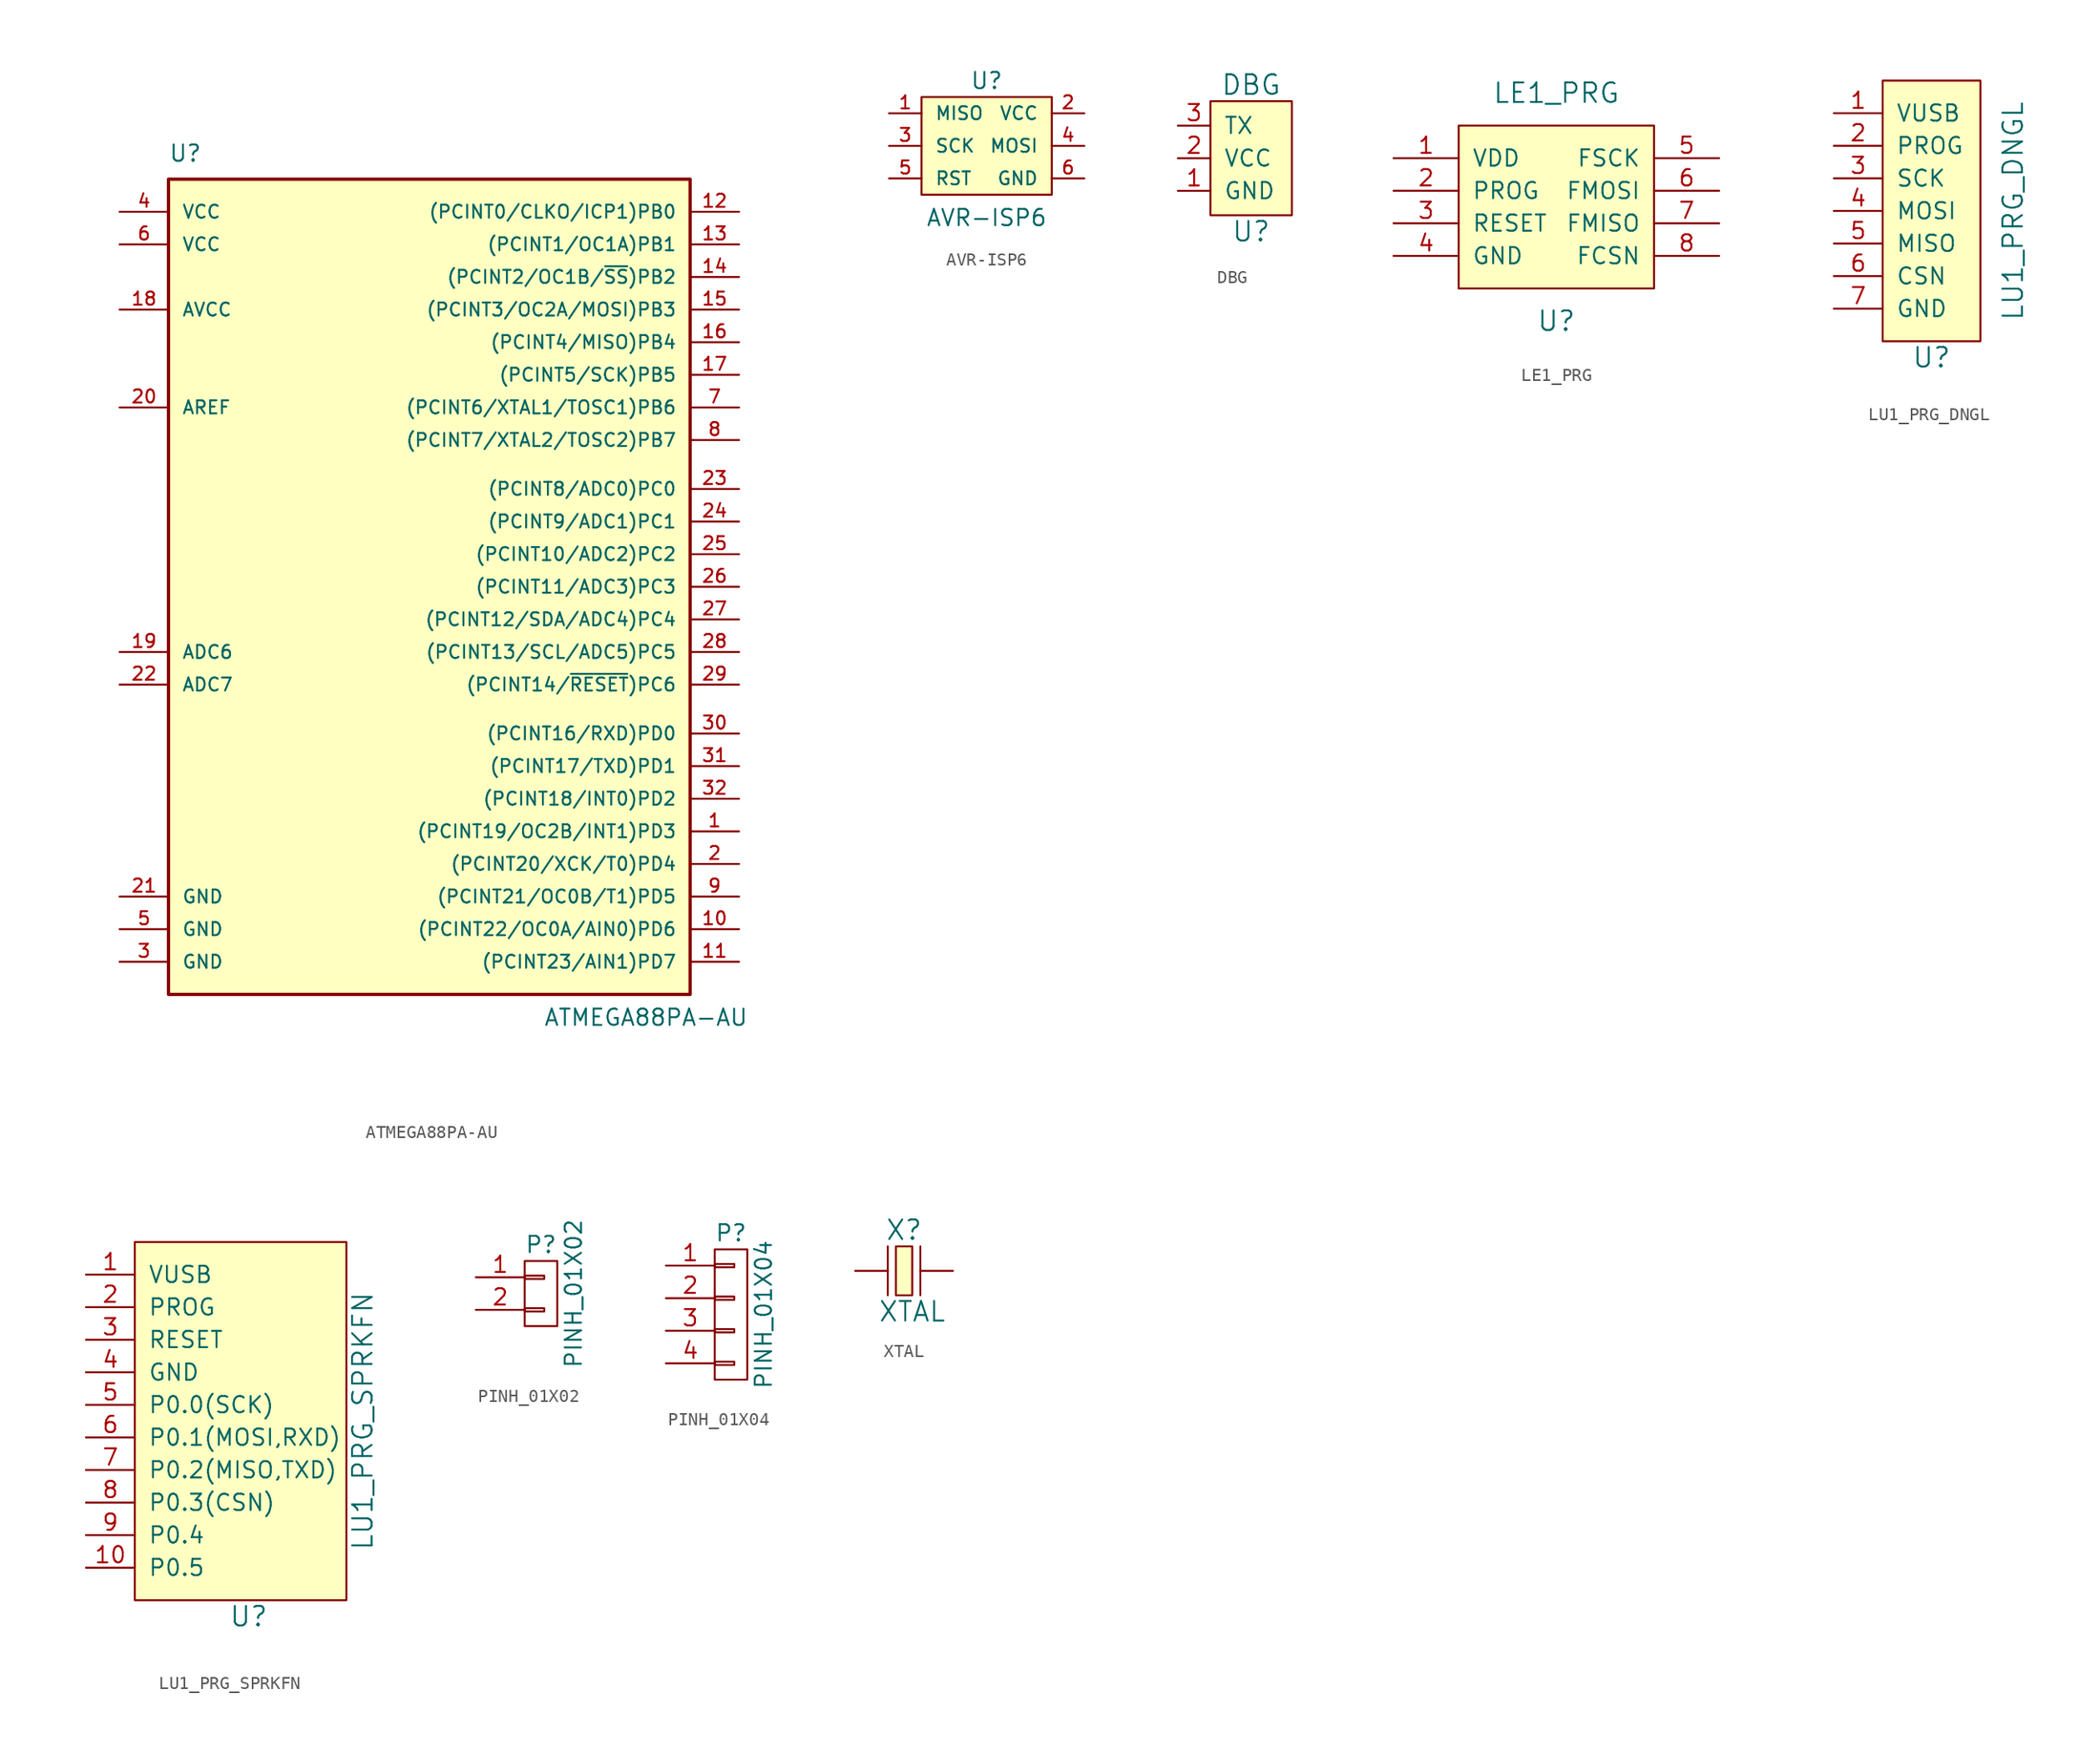
<source format=kicad_sym>
(kicad_symbol_lib
  (version 20231120)
  (generator "kicad_symbol_editor")
  (generator_version "8.0")
  (symbol "ATMEGA88PA-AU"
    (pin_names
      (offset 1.016))
    (property "Reference" "U"
      (at -19.05 31.75 0)
      (effects (font (size 1.27 1.27)) (justify left bottom)))
    (property "Value" "ATMEGA88PA-AU"
      (at 10.16 -35.56 0)
      (effects (font (size 1.27 1.27)) (justify left bottom)))
    (symbol "ATMEGA88PA-AU_0_1"
      (rectangle (start -19.05 30.48) (end 21.59 -33.02) (stroke (width 0.254) (type solid)) (fill (type background))))
    (symbol "ATMEGA88PA-AU_1_1"
      (pin bidirectional line (at 25.4 -20.32 180) (length 3.81) (name "(PCINT19/OC2B/INT1)PD3" (effects (font (size 1.016 1.016)))) (number "1" (effects (font (size 1.016 1.016)))))
      (pin bidirectional line (at 25.4 -27.94 180) (length 3.81) (name "(PCINT22/OC0A/AIN0)PD6" (effects (font (size 1.016 1.016)))) (number "10" (effects (font (size 1.016 1.016)))))
      (pin bidirectional line (at 25.4 -30.48 180) (length 3.81) (name "(PCINT23/AIN1)PD7" (effects (font (size 1.016 1.016)))) (number "11" (effects (font (size 1.016 1.016)))))
      (pin bidirectional line (at 25.4 27.94 180) (length 3.81) (name "(PCINT0/CLKO/ICP1)PB0" (effects (font (size 1.016 1.016)))) (number "12" (effects (font (size 1.016 1.016)))))
      (pin bidirectional line (at 25.4 25.4 180) (length 3.81) (name "(PCINT1/OC1A)PB1" (effects (font (size 1.016 1.016)))) (number "13" (effects (font (size 1.016 1.016)))))
      (pin bidirectional line (at 25.4 22.86 180) (length 3.81) (name "(PCINT2/OC1B/~{SS})PB2" (effects (font (size 1.016 1.016)))) (number "14" (effects (font (size 1.016 1.016)))))
      (pin bidirectional line (at 25.4 20.32 180) (length 3.81) (name "(PCINT3/OC2A/MOSI)PB3" (effects (font (size 1.016 1.016)))) (number "15" (effects (font (size 1.016 1.016)))))
      (pin bidirectional line (at 25.4 17.78 180) (length 3.81) (name "(PCINT4/MISO)PB4" (effects (font (size 1.016 1.016)))) (number "16" (effects (font (size 1.016 1.016)))))
      (pin bidirectional line (at 25.4 15.24 180) (length 3.81) (name "(PCINT5/SCK)PB5" (effects (font (size 1.016 1.016)))) (number "17" (effects (font (size 1.016 1.016)))))
      (pin power_in line (at -22.86 20.32 0) (length 3.81) (name "AVCC" (effects (font (size 1.016 1.016)))) (number "18" (effects (font (size 1.016 1.016)))))
      (pin input line (at -22.86 -6.35 0) (length 3.81) (name "ADC6" (effects (font (size 1.016 1.016)))) (number "19" (effects (font (size 1.016 1.016)))))
      (pin bidirectional line (at 25.4 -22.86 180) (length 3.81) (name "(PCINT20/XCK/T0)PD4" (effects (font (size 1.016 1.016)))) (number "2" (effects (font (size 1.016 1.016)))))
      (pin bidirectional line (at -22.86 12.7 0) (length 3.81) (name "AREF" (effects (font (size 1.016 1.016)))) (number "20" (effects (font (size 1.016 1.016)))))
      (pin power_in line (at -22.86 -25.4 0) (length 3.81) (name "GND" (effects (font (size 1.016 1.016)))) (number "21" (effects (font (size 1.016 1.016)))))
      (pin input line (at -22.86 -8.89 0) (length 3.81) (name "ADC7" (effects (font (size 1.016 1.016)))) (number "22" (effects (font (size 1.016 1.016)))))
      (pin bidirectional line (at 25.4 6.35 180) (length 3.81) (name "(PCINT8/ADC0)PC0" (effects (font (size 1.016 1.016)))) (number "23" (effects (font (size 1.016 1.016)))))
      (pin bidirectional line (at 25.4 3.81 180) (length 3.81) (name "(PCINT9/ADC1)PC1" (effects (font (size 1.016 1.016)))) (number "24" (effects (font (size 1.016 1.016)))))
      (pin bidirectional line (at 25.4 1.27 180) (length 3.81) (name "(PCINT10/ADC2)PC2" (effects (font (size 1.016 1.016)))) (number "25" (effects (font (size 1.016 1.016)))))
      (pin bidirectional line (at 25.4 -1.27 180) (length 3.81) (name "(PCINT11/ADC3)PC3" (effects (font (size 1.016 1.016)))) (number "26" (effects (font (size 1.016 1.016)))))
      (pin bidirectional line (at 25.4 -3.81 180) (length 3.81) (name "(PCINT12/SDA/ADC4)PC4" (effects (font (size 1.016 1.016)))) (number "27" (effects (font (size 1.016 1.016)))))
      (pin bidirectional line (at 25.4 -6.35 180) (length 3.81) (name "(PCINT13/SCL/ADC5)PC5" (effects (font (size 1.016 1.016)))) (number "28" (effects (font (size 1.016 1.016)))))
      (pin bidirectional line (at 25.4 -8.89 180) (length 3.81) (name "(PCINT14/~{RESET})PC6" (effects (font (size 1.016 1.016)))) (number "29" (effects (font (size 1.016 1.016)))))
      (pin power_in line (at -22.86 -30.48 0) (length 3.81) (name "GND" (effects (font (size 1.016 1.016)))) (number "3" (effects (font (size 1.016 1.016)))))
      (pin bidirectional line (at 25.4 -12.7 180) (length 3.81) (name "(PCINT16/RXD)PD0" (effects (font (size 1.016 1.016)))) (number "30" (effects (font (size 1.016 1.016)))))
      (pin bidirectional line (at 25.4 -15.24 180) (length 3.81) (name "(PCINT17/TXD)PD1" (effects (font (size 1.016 1.016)))) (number "31" (effects (font (size 1.016 1.016)))))
      (pin bidirectional line (at 25.4 -17.78 180) (length 3.81) (name "(PCINT18/INT0)PD2" (effects (font (size 1.016 1.016)))) (number "32" (effects (font (size 1.016 1.016)))))
      (pin power_in line (at -22.86 27.94 0) (length 3.81) (name "VCC" (effects (font (size 1.016 1.016)))) (number "4" (effects (font (size 1.016 1.016)))))
      (pin power_in line (at -22.86 -27.94 0) (length 3.81) (name "GND" (effects (font (size 1.016 1.016)))) (number "5" (effects (font (size 1.016 1.016)))))
      (pin power_in line (at -22.86 25.4 0) (length 3.81) (name "VCC" (effects (font (size 1.016 1.016)))) (number "6" (effects (font (size 1.016 1.016)))))
      (pin bidirectional line (at 25.4 12.7 180) (length 3.81) (name "(PCINT6/XTAL1/TOSC1)PB6" (effects (font (size 1.016 1.016)))) (number "7" (effects (font (size 1.016 1.016)))))
      (pin bidirectional line (at 25.4 10.16 180) (length 3.81) (name "(PCINT7/XTAL2/TOSC2)PB7" (effects (font (size 1.016 1.016)))) (number "8" (effects (font (size 1.016 1.016)))))
      (pin bidirectional line (at 25.4 -25.4 180) (length 3.81) (name "(PCINT21/OC0B/T1)PD5" (effects (font (size 1.016 1.016)))) (number "9" (effects (font (size 1.016 1.016)))))))
  (symbol "AVR-ISP6"
    (pin_names
      (offset 1.016))
    (property "Reference" "U"
      (at 0 5.08 0)
      (effects (font (size 1.27 1.27))))
    (property "Value" "AVR-ISP6"
      (at 0 -6.35 0)
      (effects (font (size 1.27 1.27)) (justify bottom)))
    (property "Datasheet" ""
      (at 0 0 0)
      (effects (font (size 1.524 1.524))))
    (symbol "AVR-ISP6_0_0"
      (rectangle (start -5.08 3.81) (end 5.08 -3.81) (stroke (width 0) (type solid)) (fill (type background))))
    (symbol "AVR-ISP6_1_1"
      (pin passive line (at -7.62 2.54 0) (length 2.54) (name "MISO" (effects (font (size 1.016 1.016)))) (number "1" (effects (font (size 1.016 1.016)))))
      (pin passive line (at 7.62 2.54 180) (length 2.54) (name "VCC" (effects (font (size 1.016 1.016)))) (number "2" (effects (font (size 1.016 1.016)))))
      (pin passive line (at -7.62 0 0) (length 2.54) (name "SCK" (effects (font (size 1.016 1.016)))) (number "3" (effects (font (size 1.016 1.016)))))
      (pin passive line (at 7.62 0 180) (length 2.54) (name "MOSI" (effects (font (size 1.016 1.016)))) (number "4" (effects (font (size 1.016 1.016)))))
      (pin passive line (at -7.62 -2.54 0) (length 2.54) (name "RST" (effects (font (size 1.016 1.016)))) (number "5" (effects (font (size 1.016 1.016)))))
      (pin passive line (at 7.62 -2.54 180) (length 2.54) (name "GND" (effects (font (size 1.016 1.016)))) (number "6" (effects (font (size 1.016 1.016)))))))
  (symbol "DBG"
    (pin_names
      (offset 1.016))
    (property "Reference" "U"
      (at 0.635 -5.715 0)
      (effects (font (size 1.524 1.524))))
    (property "Value" "DBG"
      (at 0.635 5.715 0)
      (effects (font (size 1.524 1.524))))
    (property "Footprint" ""
      (at -0.635 0 0)
      (effects (font (size 1.524 1.524))))
    (property "Datasheet" ""
      (at -0.635 0 0)
      (effects (font (size 1.524 1.524))))
    (symbol "DBG_0_1"
      (rectangle (start -2.54 4.445) (end 3.81 -4.445) (stroke (width 0) (type solid)) (fill (type background))))
    (symbol "DBG_1_1"
      (pin input line (at -5.08 -2.54 0) (length 2.54) (name "GND" (effects (font (size 1.27 1.27)))) (number "1" (effects (font (size 1.27 1.27)))))
      (pin input line (at -5.08 0 0) (length 2.54) (name "VCC" (effects (font (size 1.27 1.27)))) (number "2" (effects (font (size 1.27 1.27)))))
      (pin input line (at -5.08 2.54 0) (length 2.54) (name "TX" (effects (font (size 1.27 1.27)))) (number "3" (effects (font (size 1.27 1.27)))))))
  (symbol "LE1_PRG"
    (pin_names
      (offset 1.016))
    (property "Reference" "U"
      (at 0 -8.89 0)
      (effects (font (size 1.524 1.524))))
    (property "Value" "LE1_PRG"
      (at 0 8.89 0)
      (effects (font (size 1.524 1.524))))
    (property "Footprint" ""
      (at -1.27 -2.54 0)
      (effects (font (size 1.524 1.524))))
    (property "Datasheet" ""
      (at -1.27 -2.54 0)
      (effects (font (size 1.524 1.524))))
    (symbol "LE1_PRG_0_1"
      (rectangle (start -7.62 6.35) (end 7.62 -6.35) (stroke (width 0) (type solid)) (fill (type background))))
    (symbol "LE1_PRG_1_1"
      (pin input line (at -12.7 3.81 0) (length 5.08) (name "VDD" (effects (font (size 1.27 1.27)))) (number "1" (effects (font (size 1.27 1.27)))))
      (pin input line (at -12.7 1.27 0) (length 5.08) (name "PROG" (effects (font (size 1.27 1.27)))) (number "2" (effects (font (size 1.27 1.27)))))
      (pin input line (at -12.7 -1.27 0) (length 5.08) (name "RESET" (effects (font (size 1.27 1.27)))) (number "3" (effects (font (size 1.27 1.27)))))
      (pin input line (at -12.7 -3.81 0) (length 5.08) (name "GND" (effects (font (size 1.27 1.27)))) (number "4" (effects (font (size 1.27 1.27)))))
      (pin input line (at 12.7 3.81 180) (length 5.08) (name "FSCK" (effects (font (size 1.27 1.27)))) (number "5" (effects (font (size 1.27 1.27)))))
      (pin input line (at 12.7 1.27 180) (length 5.08) (name "FMOSI" (effects (font (size 1.27 1.27)))) (number "6" (effects (font (size 1.27 1.27)))))
      (pin input line (at 12.7 -1.27 180) (length 5.08) (name "FMISO" (effects (font (size 1.27 1.27)))) (number "7" (effects (font (size 1.27 1.27)))))
      (pin input line (at 12.7 -3.81 180) (length 5.08) (name "FCSN" (effects (font (size 1.27 1.27)))) (number "8" (effects (font (size 1.27 1.27)))))))
  (symbol "LU1_PRG_DNGL"
    (pin_names
      (offset 1.016))
    (property "Reference" "U"
      (at 0 -11.43 0)
      (effects (font (size 1.524 1.524))))
    (property "Value" "LU1_PRG_DNGL"
      (at 6.35 0 90)
      (effects (font (size 1.524 1.524))))
    (property "Footprint" ""
      (at 5.08 -6.35 0)
      (effects (font (size 1.524 1.524))))
    (property "Datasheet" ""
      (at 5.08 -6.35 0)
      (effects (font (size 1.524 1.524))))
    (symbol "LU1_PRG_DNGL_0_1"
      (rectangle (start -3.81 10.16) (end 3.81 -10.16) (stroke (width 0) (type solid)) (fill (type background))))
    (symbol "LU1_PRG_DNGL_1_1"
      (pin input line (at -7.62 7.62 0) (length 3.81) (name "VUSB" (effects (font (size 1.27 1.27)))) (number "1" (effects (font (size 1.27 1.27)))))
      (pin input line (at -7.62 5.08 0) (length 3.81) (name "PROG" (effects (font (size 1.27 1.27)))) (number "2" (effects (font (size 1.27 1.27)))))
      (pin input line (at -7.62 2.54 0) (length 3.81) (name "SCK" (effects (font (size 1.27 1.27)))) (number "3" (effects (font (size 1.27 1.27)))))
      (pin input line (at -7.62 0 0) (length 3.81) (name "MOSI" (effects (font (size 1.27 1.27)))) (number "4" (effects (font (size 1.27 1.27)))))
      (pin input line (at -7.62 -2.54 0) (length 3.81) (name "MISO" (effects (font (size 1.27 1.27)))) (number "5" (effects (font (size 1.27 1.27)))))
      (pin input line (at -7.62 -5.08 0) (length 3.81) (name "CSN" (effects (font (size 1.27 1.27)))) (number "6" (effects (font (size 1.27 1.27)))))
      (pin input line (at -7.62 -7.62 0) (length 3.81) (name "GND" (effects (font (size 1.27 1.27)))) (number "7" (effects (font (size 1.27 1.27)))))))
  (symbol "LU1_PRG_SPRKFN"
    (pin_names
      (offset 1.016))
    (property "Reference" "U"
      (at 0 -15.24 0)
      (effects (font (size 1.524 1.524))))
    (property "Value" "LU1_PRG_SPRKFN"
      (at 8.89 0 90)
      (effects (font (size 1.524 1.524))))
    (property "Footprint" ""
      (at 0 -2.54 0)
      (effects (font (size 1.524 1.524))))
    (property "Datasheet" ""
      (at 0 -2.54 0)
      (effects (font (size 1.524 1.524))))
    (symbol "LU1_PRG_SPRKFN_0_1"
      (rectangle (start -8.89 13.97) (end 7.62 -13.97) (stroke (width 0) (type solid)) (fill (type background))))
    (symbol "LU1_PRG_SPRKFN_1_1"
      (pin input line (at -12.7 11.43 0) (length 3.81) (name "VUSB" (effects (font (size 1.27 1.27)))) (number "1" (effects (font (size 1.27 1.27)))))
      (pin input line (at -12.7 -11.43 0) (length 3.81) (name "P0.5" (effects (font (size 1.27 1.27)))) (number "10" (effects (font (size 1.27 1.27)))))
      (pin input line (at -12.7 8.89 0) (length 3.81) (name "PROG" (effects (font (size 1.27 1.27)))) (number "2" (effects (font (size 1.27 1.27)))))
      (pin input line (at -12.7 6.35 0) (length 3.81) (name "RESET" (effects (font (size 1.27 1.27)))) (number "3" (effects (font (size 1.27 1.27)))))
      (pin input line (at -12.7 3.81 0) (length 3.81) (name "GND" (effects (font (size 1.27 1.27)))) (number "4" (effects (font (size 1.27 1.27)))))
      (pin input line (at -12.7 1.27 0) (length 3.81) (name "P0.0(SCK)" (effects (font (size 1.27 1.27)))) (number "5" (effects (font (size 1.27 1.27)))))
      (pin input line (at -12.7 -1.27 0) (length 3.81) (name "P0.1(MOSI,RXD)" (effects (font (size 1.27 1.27)))) (number "6" (effects (font (size 1.27 1.27)))))
      (pin input line (at -12.7 -3.81 0) (length 3.81) (name "P0.2(MISO,TXD)" (effects (font (size 1.27 1.27)))) (number "7" (effects (font (size 1.27 1.27)))))
      (pin input line (at -12.7 -6.35 0) (length 3.81) (name "P0.3(CSN)" (effects (font (size 1.27 1.27)))) (number "8" (effects (font (size 1.27 1.27)))))
      (pin input line (at -12.7 -8.89 0) (length 3.81) (name "P0.4" (effects (font (size 1.27 1.27)))) (number "9" (effects (font (size 1.27 1.27)))))))
  (symbol "PINH_01X02"
    (pin_names
      (offset 1.016) hide)
    (property "Reference" "P"
      (at 0 3.81 0)
      (effects (font (size 1.27 1.27))))
    (property "Value" "PINH_01X02"
      (at 2.54 0 90)
      (effects (font (size 1.27 1.27))))
    (property "Footprint" ""
      (at 0 0 0)
      (effects (font (size 1.524 1.524))))
    (property "Datasheet" ""
      (at 0 0 0)
      (effects (font (size 1.524 1.524))))
    (symbol "PINH_01X02_0_1"
      (rectangle (start -1.27 -1.143) (end 0.254 -1.397) (stroke (width 0) (type solid)) (fill (type none)))
      (rectangle (start -1.27 1.397) (end 0.254 1.143) (stroke (width 0) (type solid)) (fill (type none)))
      (rectangle (start -1.27 2.54) (end 1.27 -2.54) (stroke (width 0) (type solid)) (fill (type none))))
    (symbol "PINH_01X02_1_1"
      (pin passive line (at -5.08 1.27 0) (length 3.81) (name "P1" (effects (font (size 1.27 1.27)))) (number "1" (effects (font (size 1.27 1.27)))))
      (pin passive line (at -5.08 -1.27 0) (length 3.81) (name "P2" (effects (font (size 1.27 1.27)))) (number "2" (effects (font (size 1.27 1.27)))))))
  (symbol "PINH_01X04"
    (pin_names
      (offset 1.016) hide)
    (property "Reference" "P"
      (at 0 6.35 0)
      (effects (font (size 1.27 1.27))))
    (property "Value" "PINH_01X04"
      (at 2.54 0 90)
      (effects (font (size 1.27 1.27))))
    (property "Footprint" ""
      (at 0 0 0)
      (effects (font (size 1.524 1.524))))
    (property "Datasheet" ""
      (at 0 0 0)
      (effects (font (size 1.524 1.524))))
    (symbol "PINH_01X04_0_1"
      (rectangle (start -1.27 -3.683) (end 0.254 -3.937) (stroke (width 0) (type solid)) (fill (type none)))
      (rectangle (start -1.27 -1.143) (end 0.254 -1.397) (stroke (width 0) (type solid)) (fill (type none)))
      (rectangle (start -1.27 1.397) (end 0.254 1.143) (stroke (width 0) (type solid)) (fill (type none)))
      (rectangle (start -1.27 3.937) (end 0.254 3.683) (stroke (width 0) (type solid)) (fill (type none)))
      (rectangle (start -1.27 5.08) (end 1.27 -5.08) (stroke (width 0) (type solid)) (fill (type none))))
    (symbol "PINH_01X04_1_1"
      (pin passive line (at -5.08 3.81 0) (length 3.81) (name "P1" (effects (font (size 1.27 1.27)))) (number "1" (effects (font (size 1.27 1.27)))))
      (pin passive line (at -5.08 1.27 0) (length 3.81) (name "P2" (effects (font (size 1.27 1.27)))) (number "2" (effects (font (size 1.27 1.27)))))
      (pin passive line (at -5.08 -1.27 0) (length 3.81) (name "P3" (effects (font (size 1.27 1.27)))) (number "3" (effects (font (size 1.27 1.27)))))
      (pin passive line (at -5.08 -3.81 0) (length 3.81) (name "P4" (effects (font (size 1.27 1.27)))) (number "4" (effects (font (size 1.27 1.27)))))))
  (symbol "XTAL"
    (pin_numbers hide)
    (pin_names
      (offset 1.016) hide)
    (property "Reference" "X"
      (at 0 3.175 0)
      (effects (font (size 1.524 1.524))))
    (property "Value" "XTAL"
      (at 0.635 -3.175 0)
      (effects (font (size 1.524 1.524))))
    (property "Footprint" ""
      (at 0.635 0.635 0)
      (effects (font (size 1.524 1.524))))
    (property "Datasheet" ""
      (at 0.635 0.635 0)
      (effects (font (size 1.524 1.524))))
    (symbol "XTAL_0_1"
      (polyline (pts (xy -1.27 1.905) (xy -1.27 -1.905)) (stroke (width 0.152) (type solid)) (fill (type none)))
      (polyline (pts (xy 1.27 1.905) (xy 1.27 0.635) (xy 1.27 -1.905)) (stroke (width 0.152) (type solid)) (fill (type none)))
      (polyline (pts (xy -0.635 1.905) (xy 0 1.905) (xy 0.635 1.905) (xy 0.635 0.635) (xy 0.635 -1.905) (xy -0.635 -1.905) (xy -0.635 1.905)) (stroke (width 0.152) (type solid)) (fill (type background))))
    (symbol "XTAL_1_1"
      (pin passive line (at -3.81 0 0) (length 2.54) (name "1" (effects (font (size 1.016 1.016)))) (number "1" (effects (font (size 1.016 1.016)))))
      (pin passive line (at 3.81 0 180) (length 2.54) (name "2" (effects (font (size 1.016 1.016)))) (number "2" (effects (font (size 1.016 1.016))))))))
</source>
